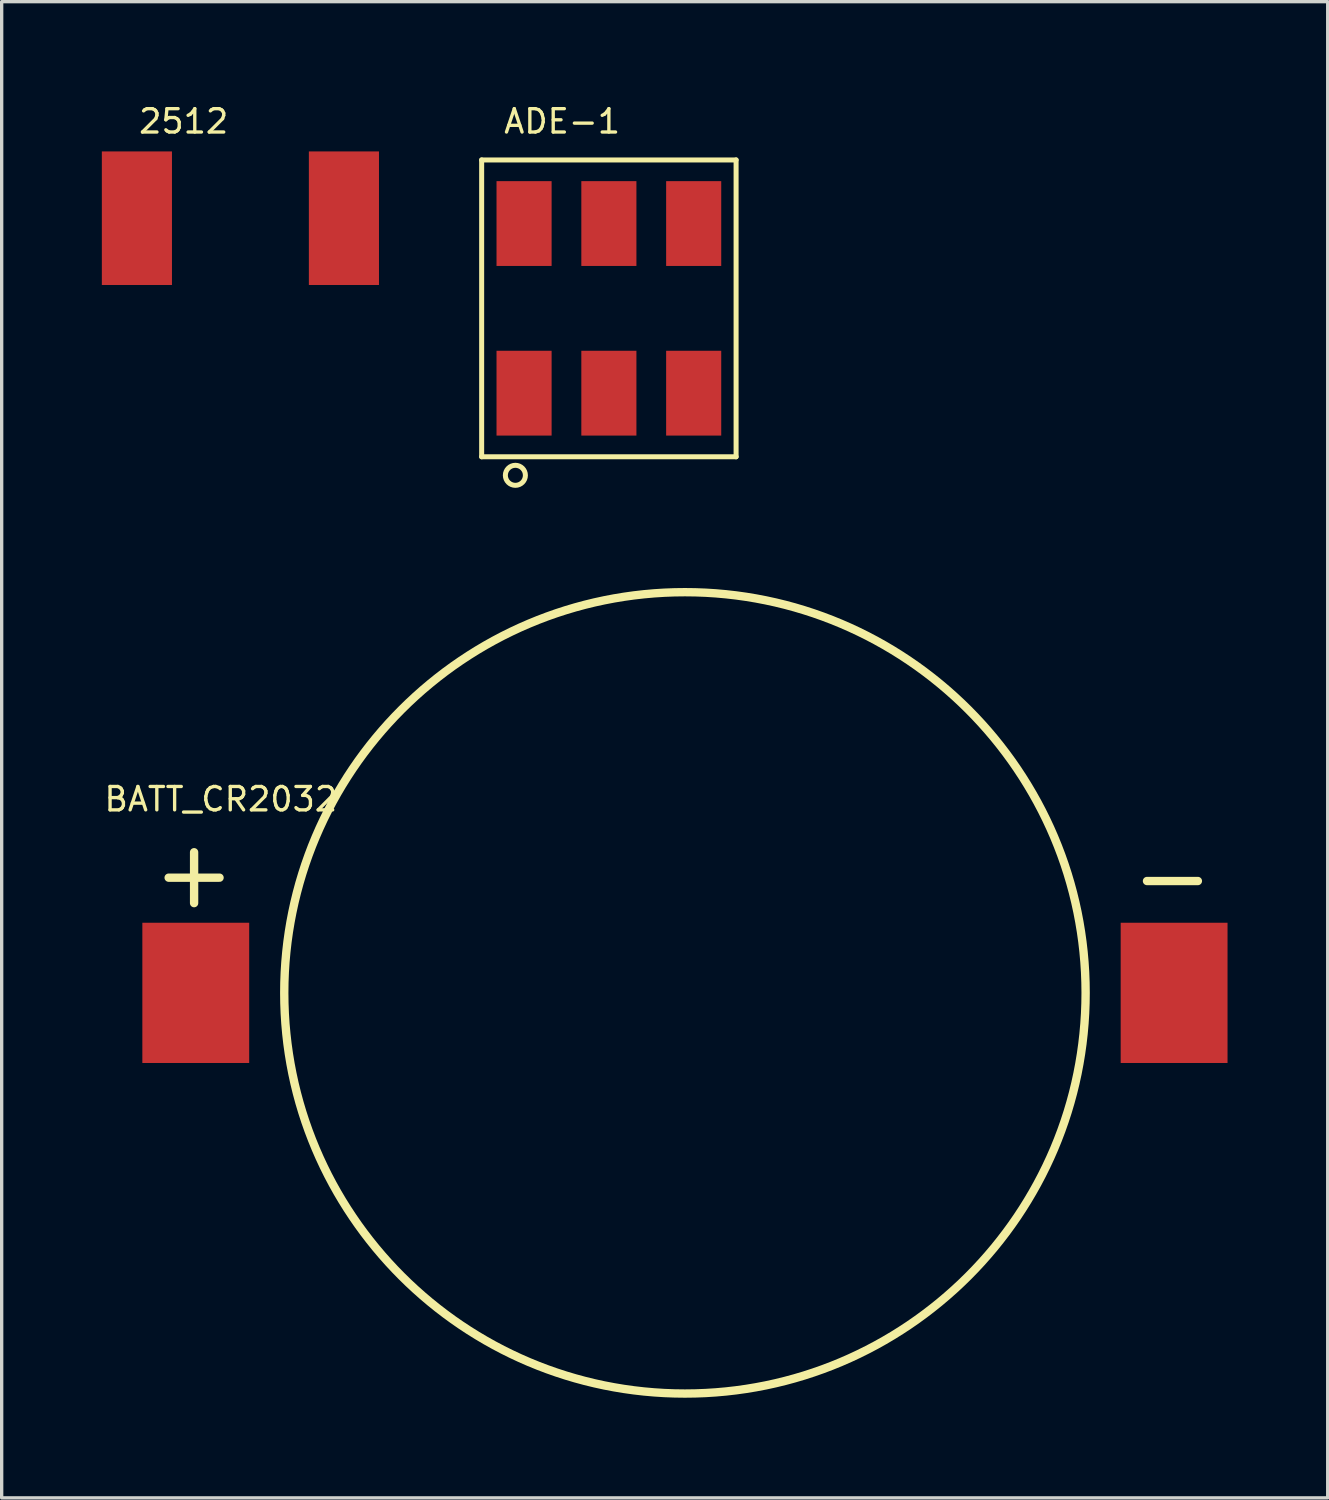
<source format=kicad_pcb>
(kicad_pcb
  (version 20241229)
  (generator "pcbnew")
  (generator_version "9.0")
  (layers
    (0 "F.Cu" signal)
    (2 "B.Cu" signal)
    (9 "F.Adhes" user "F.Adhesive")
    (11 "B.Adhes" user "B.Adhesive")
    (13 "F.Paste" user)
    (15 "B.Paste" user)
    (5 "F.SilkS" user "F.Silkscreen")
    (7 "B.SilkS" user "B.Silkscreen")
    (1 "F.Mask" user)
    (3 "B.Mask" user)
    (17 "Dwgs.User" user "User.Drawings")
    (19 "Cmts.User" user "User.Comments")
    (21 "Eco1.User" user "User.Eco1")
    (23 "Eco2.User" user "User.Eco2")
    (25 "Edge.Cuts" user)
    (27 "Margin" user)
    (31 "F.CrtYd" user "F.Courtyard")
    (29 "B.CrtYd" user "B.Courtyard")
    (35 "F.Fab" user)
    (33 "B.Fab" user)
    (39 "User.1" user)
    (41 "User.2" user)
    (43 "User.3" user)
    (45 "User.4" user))
  (footprint "2512"
    (layer "F.Cu")
    (at 4.15 3.485)
    (property "Reference" "2512" (at -1.7 -2.9 0) (layer "F.SilkS") (effects (font (size 0.7 0.7) (thickness 0.1))))
    (attr through_hole)
    (pad "1" smd rect (at -3.1 0) (size 2.1 4) (layers "F.Cu" "F.Mask" "F.Paste"))
    (pad "2" smd rect (at 3.1 0) (size 2.1 4) (layers "F.Cu" "F.Mask" "F.Paste")))
  (footprint "ADE-1"
    (layer "F.Cu")
    (at 15.185 6.185)
    (property "Reference" "ADE-1" (at -1.4 -5.6 0) (layer "F.SilkS") (effects (font (size 0.7 0.7) (thickness 0.1))))
    (attr through_hole)
    (fp_line (start -3.81 -4.445) (end 3.81 -4.445) (stroke (width 0.15) (type solid)) (layer "F.SilkS"))
    (fp_line (start -3.81 4.445) (end -3.81 -4.445) (stroke (width 0.15) (type solid)) (layer "F.SilkS"))
    (fp_line (start 3.81 -4.445) (end 3.81 4.445) (stroke (width 0.15) (type solid)) (layer "F.SilkS"))
    (fp_line (start 3.81 4.445) (end -3.81 4.445) (stroke (width 0.15) (type solid)) (layer "F.SilkS"))
    (fp_circle (center -2.8 5) (end -2.5 5) (stroke (width 0.15) (type solid)) (fill no) (layer "F.SilkS"))
    (pad "1" smd rect (at -2.54 2.54) (size 1.65 2.54) (layers "F.Cu" "F.Mask" "F.Paste"))
    (pad "2" smd rect (at 0 2.54) (size 1.65 2.54) (layers "F.Cu" "F.Mask" "F.Paste"))
    (pad "3" smd rect (at 2.54 2.54) (size 1.65 2.54) (layers "F.Cu" "F.Mask" "F.Paste"))
    (pad "4" smd rect (at 2.54 -2.54) (size 1.65 2.54) (layers "F.Cu" "F.Mask" "F.Paste"))
    (pad "5" smd rect (at 0 -2.54) (size 1.65 2.54) (layers "F.Cu" "F.Mask" "F.Paste"))
    (pad "6" smd rect (at -2.54 -2.54) (size 1.65 2.54) (layers "F.Cu" "F.Mask" "F.Paste")))
  (footprint "BATT_CR2032"
    (layer "F.Cu")
    (at 17.463 26.685)
    (property "Reference" "BATT_CR2032" (at -13.9 -5.8 0) (layer "F.SilkS") (effects (font (size 0.7 0.7) (thickness 0.1))))
    (attr through_hole)
    (fp_circle (center 0 0) (end 12 0) (stroke (width 0.25) (type solid)) (fill no) (layer "F.SilkS"))
    (fp_text user "-" (at 14.6 -3.5 0) (layer "F.SilkS") (effects (font (size 2 2) (thickness 0.25))))
    (fp_text user "+" (at -14.7 -3.6 0) (layer "F.SilkS") (effects (font (size 2 2) (thickness 0.25))))
    (pad "+" smd rect (at -14.65 0) (size 3.2 4.2) (layers "F.Cu" "F.Mask" "F.Paste"))
    (pad "-" smd rect (at 14.65 0) (size 3.2 4.2) (layers "F.Cu" "F.Mask" "F.Paste")))
  (gr_rect
    (start -3 -3)
    (end 36.713 41.81)
    (stroke (width 0.1) (type default))
    (fill no)
    (layer "Edge.Cuts")))
</source>
